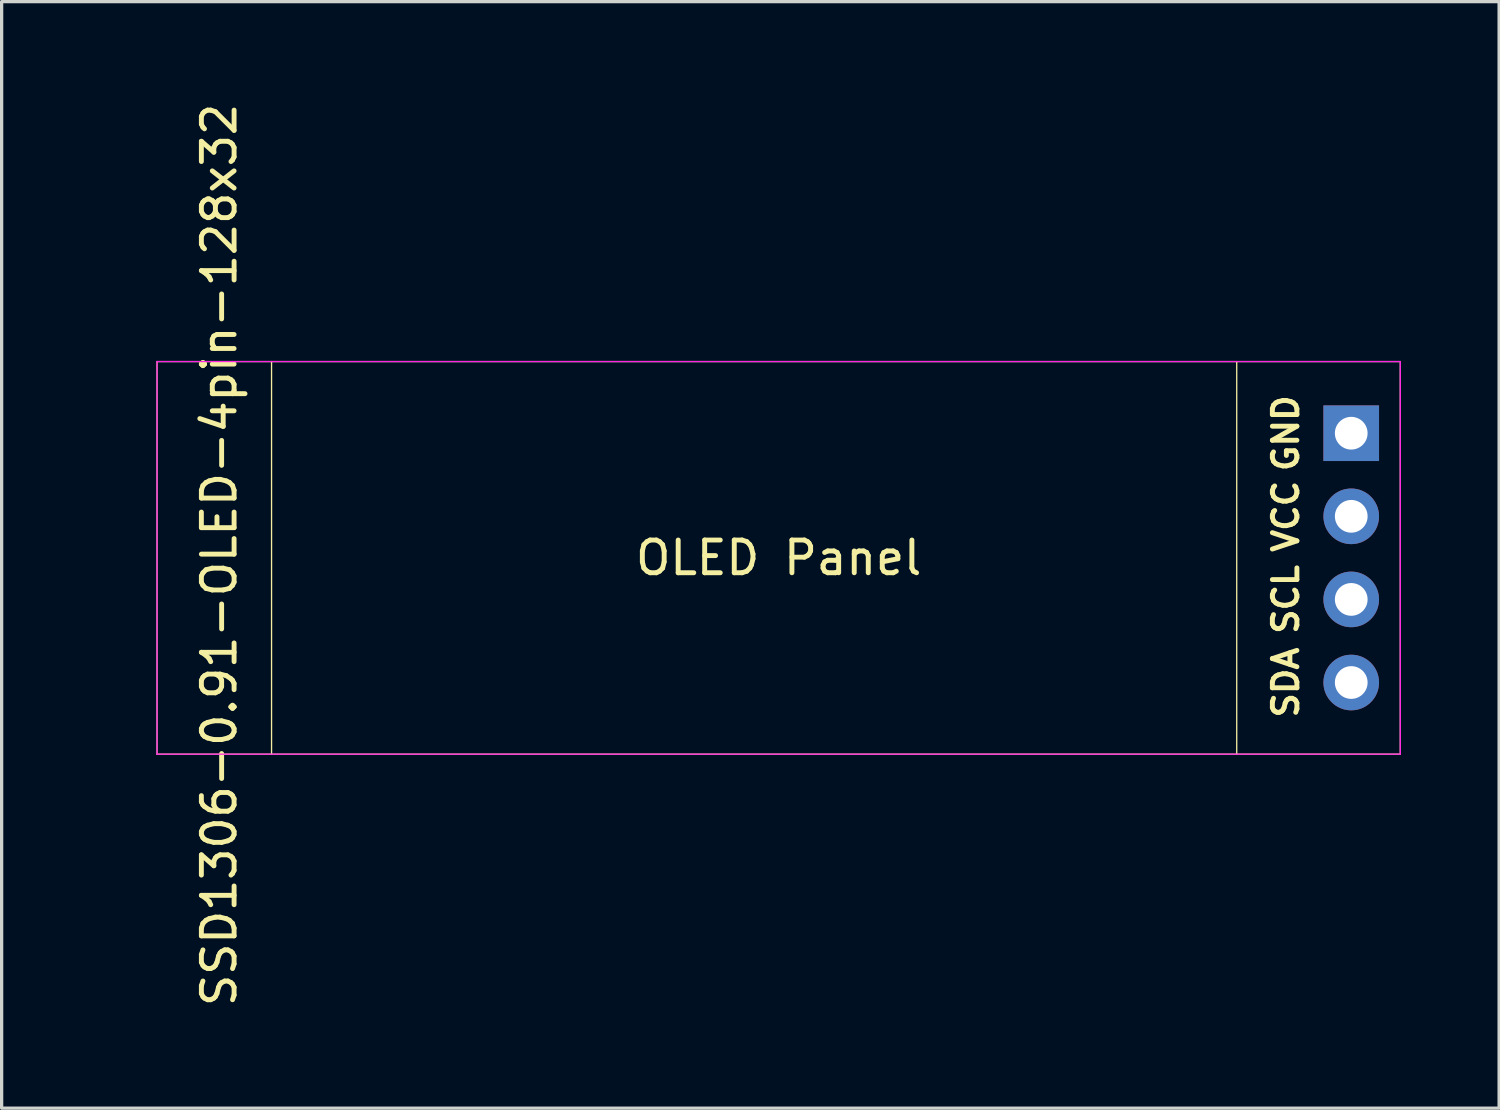
<source format=kicad_pcb>
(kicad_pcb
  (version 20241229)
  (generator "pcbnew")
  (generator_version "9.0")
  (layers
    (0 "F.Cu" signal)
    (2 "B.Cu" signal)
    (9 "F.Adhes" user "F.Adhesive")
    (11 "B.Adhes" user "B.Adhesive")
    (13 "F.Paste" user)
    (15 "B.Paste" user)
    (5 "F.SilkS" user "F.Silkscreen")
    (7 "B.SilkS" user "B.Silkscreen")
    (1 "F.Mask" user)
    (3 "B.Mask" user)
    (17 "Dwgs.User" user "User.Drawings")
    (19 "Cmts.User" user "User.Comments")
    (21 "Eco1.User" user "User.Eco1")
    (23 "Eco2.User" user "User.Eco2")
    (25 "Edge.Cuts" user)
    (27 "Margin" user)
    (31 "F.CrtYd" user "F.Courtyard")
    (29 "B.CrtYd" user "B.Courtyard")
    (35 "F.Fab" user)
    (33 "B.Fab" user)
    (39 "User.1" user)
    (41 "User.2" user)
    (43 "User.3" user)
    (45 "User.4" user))
  (footprint "SSD1306-0.91-OLED-4pin-128x32"
    (layer "F.Cu")
    (at 0.25 11.001)
    (property "Reference" "SSD1306-0.91-OLED-4pin-128x32" (at 3.4 2.91 90) (layer "F.SilkS") (effects (font (size 1 1) (thickness 0.15))))
    (attr through_hole)
    (fp_line (start 1.5 -3) (end 1.5 9) (stroke (width 0.04) (type solid)) (layer "F.SilkS"))
    (fp_line (start 1.5 9) (end 39.5 9) (stroke (width 0.04) (type solid)) (layer "F.SilkS"))
    (fp_line (start 5 -3) (end 5 9) (stroke (width 0.04) (type solid)) (layer "F.SilkS"))
    (fp_line (start 34.5 -3) (end 34.5 9) (stroke (width 0.04) (type solid)) (layer "F.SilkS"))
    (fp_line (start 39.5 -3) (end 1.5 -3) (stroke (width 0.04) (type solid)) (layer "F.SilkS"))
    (fp_line (start 39.5 9) (end 39.5 -3) (stroke (width 0.04) (type solid)) (layer "F.SilkS"))
    (fp_line (start 1.5 -3) (end 1.5 9) (stroke (width 0.04) (type solid)) (layer "F.CrtYd"))
    (fp_line (start 1.5 9) (end 39.5 9) (stroke (width 0.04) (type solid)) (layer "F.CrtYd"))
    (fp_line (start 39.5 -3) (end 1.5 -3) (stroke (width 0.04) (type solid)) (layer "F.CrtYd"))
    (fp_line (start 39.5 9) (end 39.5 -3) (stroke (width 0.04) (type solid)) (layer "F.CrtYd"))
    (fp_text user "OLED Panel" (at 20.5 3 0) (layer "F.SilkS") (effects (font (size 1 1) (thickness 0.15))))
    (fp_text user "SDA" (at 36 6.81 270) (layer "F.SilkS") (effects (font (size 0.75 0.75) (thickness 0.15))))
    (fp_text user "SCL" (at 36 4.27 270) (layer "F.SilkS") (effects (font (size 0.75 0.75) (thickness 0.15))))
    (fp_text user "GND" (at 36 -0.81 270) (layer "F.SilkS") (effects (font (size 0.75 0.75) (thickness 0.15))))
    (fp_text user "VCC" (at 36 1.73 270) (layer "F.SilkS") (effects (font (size 0.75 0.75) (thickness 0.15))))
    (pad "1" thru_hole rect (at 38 -0.81) (size 1.7 1.7) (drill 1) (layers "*.Cu" "*.Mask"))
    (pad "2" thru_hole oval (at 38 1.73) (size 1.7 1.7) (drill 1) (layers "*.Cu" "*.Mask"))
    (pad "3" thru_hole oval (at 38 4.27) (size 1.7 1.7) (drill 1) (layers "*.Cu" "*.Mask"))
    (pad "4" thru_hole oval (at 38 6.81) (size 1.7 1.7) (drill 1) (layers "*.Cu" "*.Mask")))
  (gr_rect
    (start -3 -3)
    (end 42.77 30.821)
    (stroke (width 0.1) (type default))
    (fill no)
    (layer "Edge.Cuts")))
</source>
